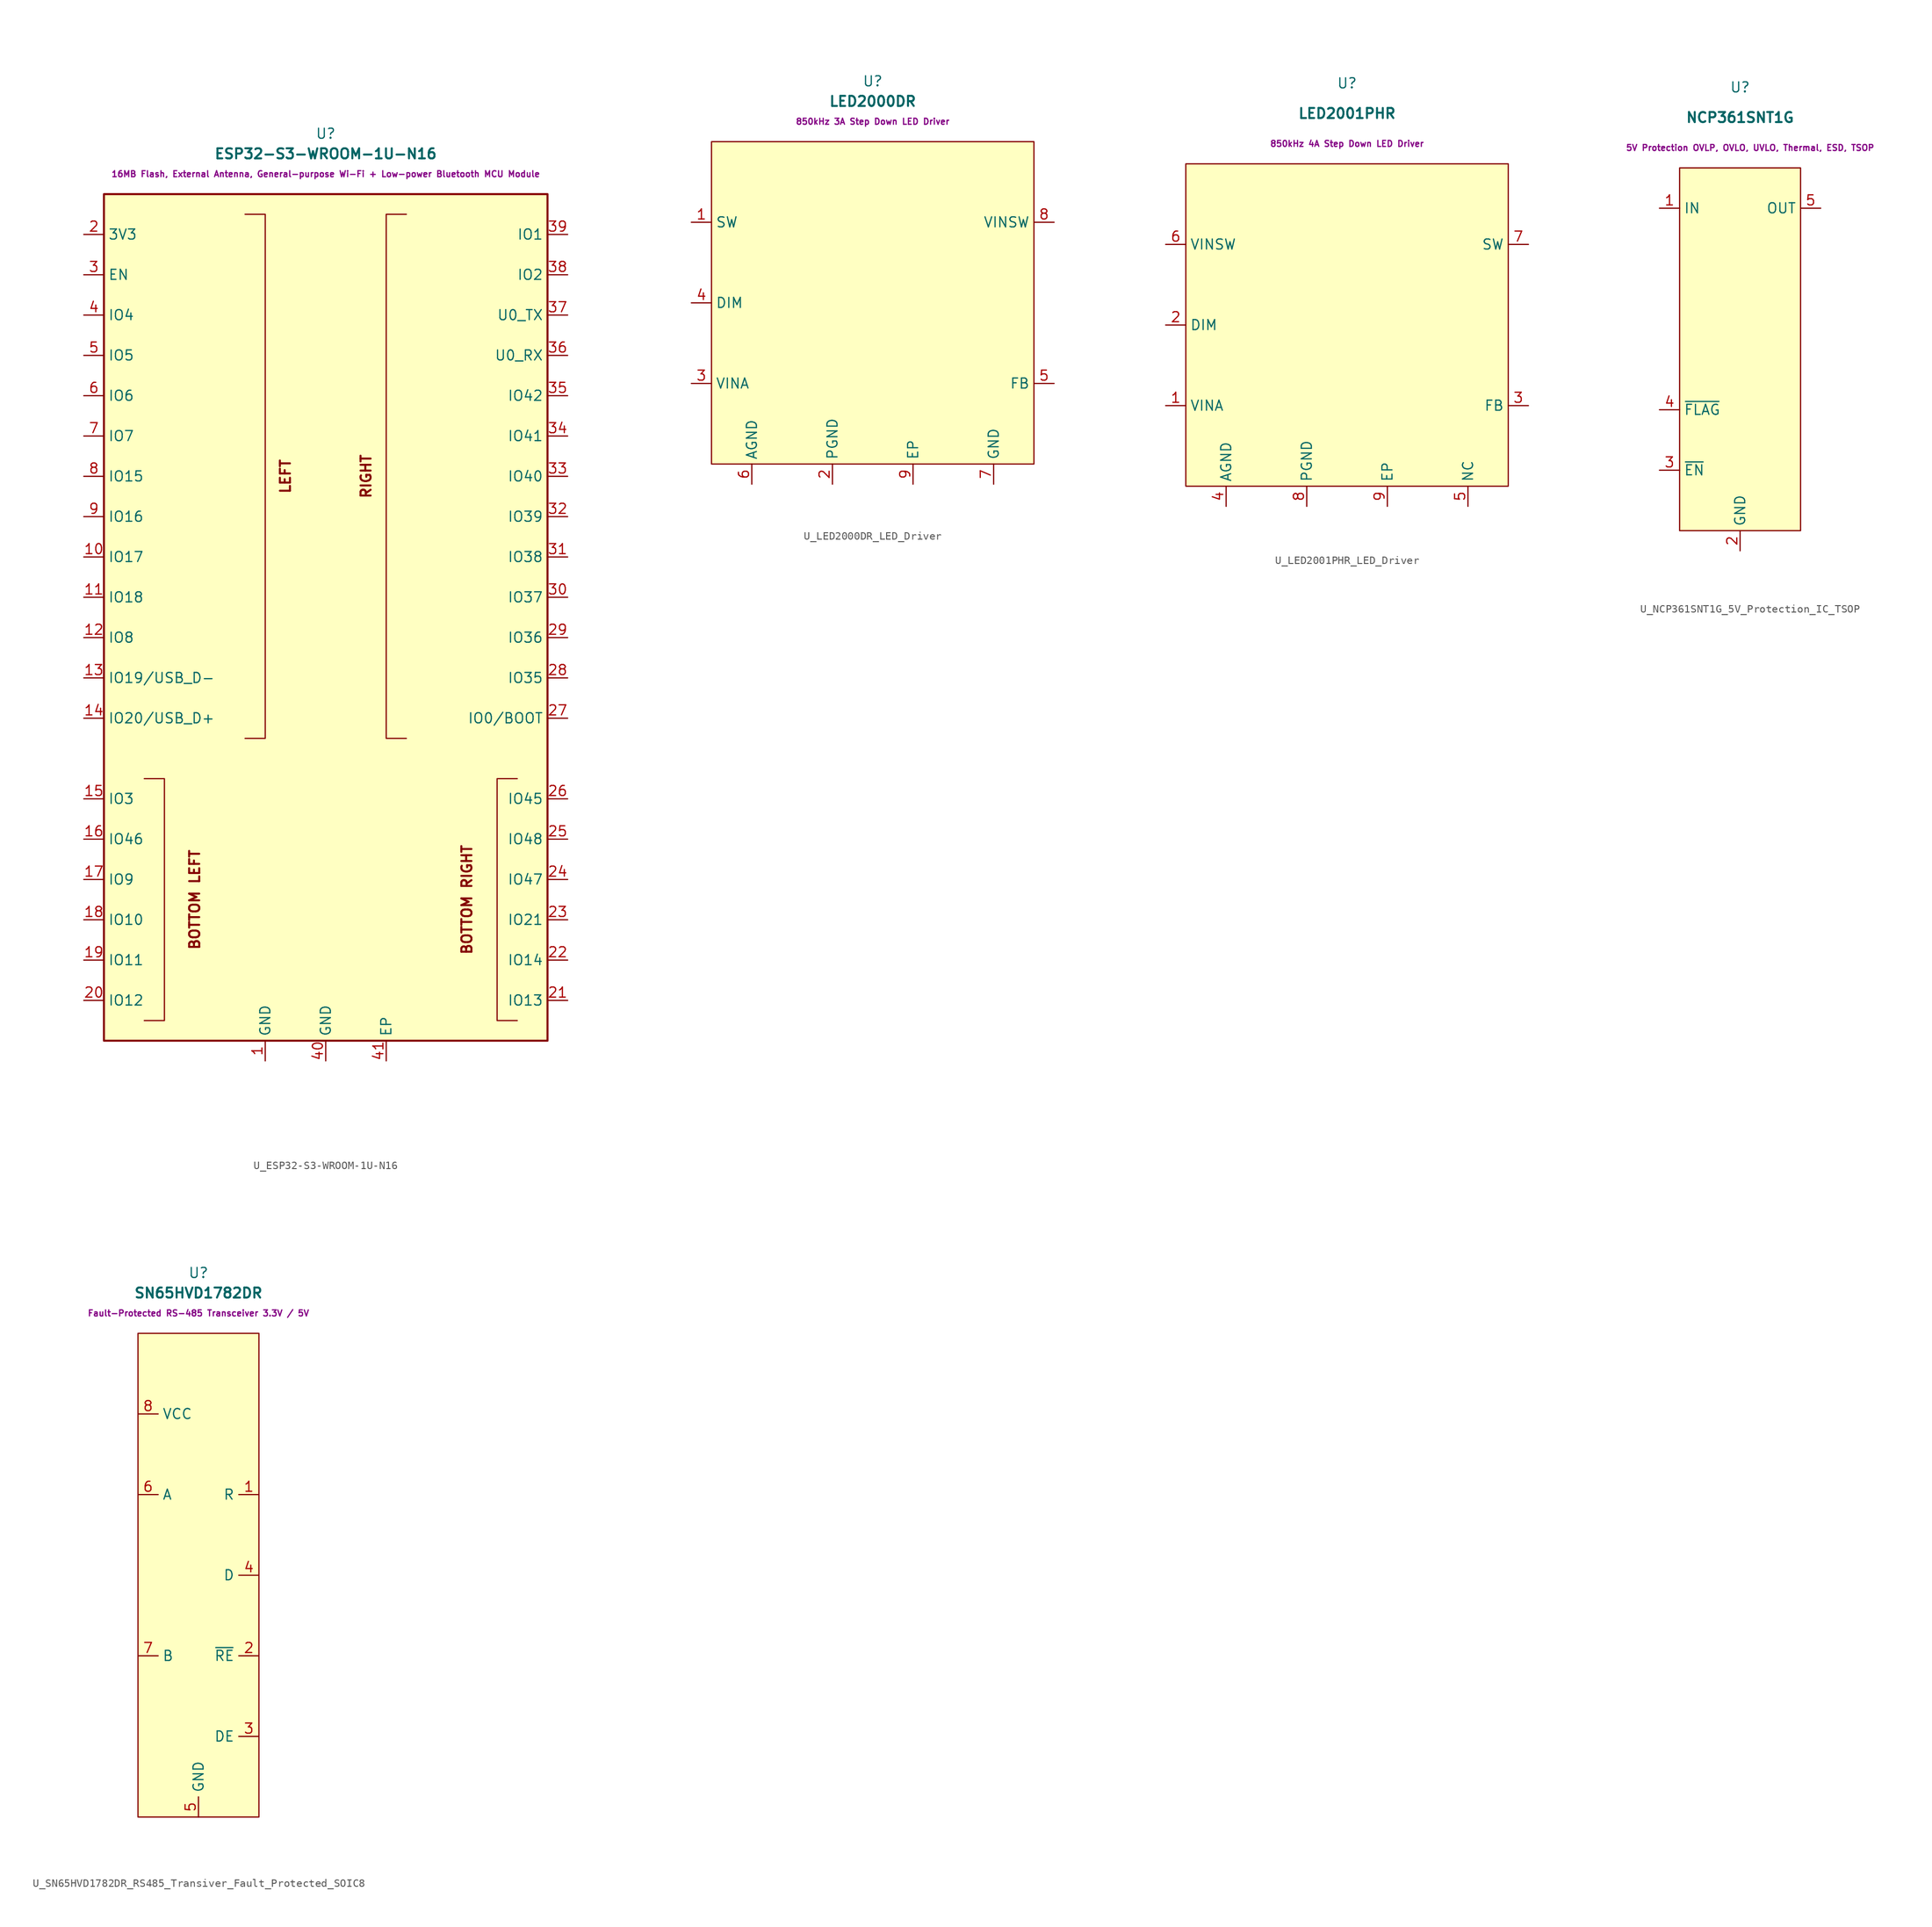
<source format=kicad_sym>
(kicad_symbol_lib
  (version 20231120)
  (generator "kicad_symbol_editor")
  (generator_version "8.0")
  (symbol "U_ESP32-S3-WROOM-1U-N16"
    (property "Reference" "U"
      (at 0 60.96 0)
      (effects (font (size 1.27 1.27))))
    (property "Value" "ESP32-S3-WROOM-1U-N16"
      (at 0 58.42 0)
      (effects (font (size 1.27 1.27) (bold yes))))
    (property "Extra Values" "16MB Flash, External Antenna, General-purpose Wi-Fi + Low-power Bluetooth MCU Module"
      (at 0 55.88 0)
      (effects (font (size 0.762 0.762) (bold yes))))
    (symbol "U_ESP32-S3-WROOM-1U-N16_0_0"
      (rectangle (start -27.94 53.34) (end 27.94 -53.34) (stroke (width 0.254) (type default)) (fill (type background))))
    (symbol "U_ESP32-S3-WROOM-1U-N16_0_1"
      (polyline (pts (xy -22.86 -50.8) (xy -20.32 -50.8) (xy -20.32 -20.32) (xy -22.86 -20.32)) (stroke (width 0) (type default)) (fill (type none)))
      (polyline (pts (xy -10.16 -15.24) (xy -7.62 -15.24) (xy -7.62 50.8) (xy -10.16 50.8)) (stroke (width 0) (type default)) (fill (type none)))
      (polyline (pts (xy 10.16 50.8) (xy 7.62 50.8) (xy 7.62 -15.24) (xy 10.16 -15.24)) (stroke (width 0) (type default)) (fill (type none)))
      (polyline (pts (xy 24.13 -20.32) (xy 21.59 -20.32) (xy 21.59 -50.8) (xy 24.13 -50.8)) (stroke (width 0) (type default)) (fill (type none))))
    (symbol "U_ESP32-S3-WROOM-1U-N16_1_1"
      (text "BOTTOM LEFT" (at -16.51 -35.56 900) (effects (font (size 1.27 1.27) (bold yes))))
      (text "BOTTOM RIGHT" (at 17.78 -35.56 900) (effects (font (size 1.27 1.27) (bold yes))))
      (text "LEFT" (at -5.08 17.78 900) (effects (font (size 1.27 1.27) (bold yes))))
      (text "RIGHT" (at 5.08 17.78 900) (effects (font (size 1.27 1.27) (bold yes))))
      (pin power_in line (at -7.62 -55.88 90) (length 2.54) (name "GND" (effects (font (size 1.27 1.27)))) (number "1" (effects (font (size 1.27 1.27)))))
      (pin bidirectional line (at -30.48 7.62 0) (length 2.54) (name "IO17" (effects (font (size 1.27 1.27)))) (number "10" (effects (font (size 1.27 1.27)))))
      (pin bidirectional line (at -30.48 2.54 0) (length 2.54) (name "IO18" (effects (font (size 1.27 1.27)))) (number "11" (effects (font (size 1.27 1.27)))))
      (pin bidirectional line (at -30.48 -2.54 0) (length 2.54) (name "IO8" (effects (font (size 1.27 1.27)))) (number "12" (effects (font (size 1.27 1.27)))))
      (pin bidirectional line (at -30.48 -7.62 0) (length 2.54) (name "IO19/USB_D-" (effects (font (size 1.27 1.27)))) (number "13" (effects (font (size 1.27 1.27)))))
      (pin bidirectional line (at -30.48 -12.7 0) (length 2.54) (name "IO20/USB_D+" (effects (font (size 1.27 1.27)))) (number "14" (effects (font (size 1.27 1.27)))))
      (pin bidirectional line (at -30.48 -22.86 0) (length 2.54) (name "IO3" (effects (font (size 1.27 1.27)))) (number "15" (effects (font (size 1.27 1.27)))))
      (pin bidirectional line (at -30.48 -27.94 0) (length 2.54) (name "IO46" (effects (font (size 1.27 1.27)))) (number "16" (effects (font (size 1.27 1.27)))))
      (pin bidirectional line (at -30.48 -33.02 0) (length 2.54) (name "IO9" (effects (font (size 1.27 1.27)))) (number "17" (effects (font (size 1.27 1.27)))))
      (pin bidirectional line (at -30.48 -38.1 0) (length 2.54) (name "IO10" (effects (font (size 1.27 1.27)))) (number "18" (effects (font (size 1.27 1.27)))))
      (pin bidirectional line (at -30.48 -43.18 0) (length 2.54) (name "IO11" (effects (font (size 1.27 1.27)))) (number "19" (effects (font (size 1.27 1.27)))))
      (pin power_in line (at -30.48 48.26 0) (length 2.54) (name "3V3" (effects (font (size 1.27 1.27)))) (number "2" (effects (font (size 1.27 1.27)))))
      (pin bidirectional line (at -30.48 -48.26 0) (length 2.54) (name "IO12" (effects (font (size 1.27 1.27)))) (number "20" (effects (font (size 1.27 1.27)))))
      (pin bidirectional line (at 30.48 -48.26 180) (length 2.54) (name "IO13" (effects (font (size 1.27 1.27)))) (number "21" (effects (font (size 1.27 1.27)))))
      (pin bidirectional line (at 30.48 -43.18 180) (length 2.54) (name "IO14" (effects (font (size 1.27 1.27)))) (number "22" (effects (font (size 1.27 1.27)))))
      (pin bidirectional line (at 30.48 -38.1 180) (length 2.54) (name "IO21" (effects (font (size 1.27 1.27)))) (number "23" (effects (font (size 1.27 1.27)))))
      (pin bidirectional line (at 30.48 -33.02 180) (length 2.54) (name "IO47" (effects (font (size 1.27 1.27)))) (number "24" (effects (font (size 1.27 1.27)))))
      (pin bidirectional line (at 30.48 -27.94 180) (length 2.54) (name "IO48" (effects (font (size 1.27 1.27)))) (number "25" (effects (font (size 1.27 1.27)))))
      (pin bidirectional line (at 30.48 -22.86 180) (length 2.54) (name "IO45" (effects (font (size 1.27 1.27)))) (number "26" (effects (font (size 1.27 1.27)))))
      (pin bidirectional line (at 30.48 -12.7 180) (length 2.54) (name "IO0/BOOT" (effects (font (size 1.27 1.27)))) (number "27" (effects (font (size 1.27 1.27)))))
      (pin bidirectional line (at 30.48 -7.62 180) (length 2.54) (name "IO35" (effects (font (size 1.27 1.27)))) (number "28" (effects (font (size 1.27 1.27)))))
      (pin bidirectional line (at 30.48 -2.54 180) (length 2.54) (name "IO36" (effects (font (size 1.27 1.27)))) (number "29" (effects (font (size 1.27 1.27)))))
      (pin input line (at -30.48 43.18 0) (length 2.54) (name "EN" (effects (font (size 1.27 1.27)))) (number "3" (effects (font (size 1.27 1.27)))))
      (pin bidirectional line (at 30.48 2.54 180) (length 2.54) (name "IO37" (effects (font (size 1.27 1.27)))) (number "30" (effects (font (size 1.27 1.27)))))
      (pin bidirectional line (at 30.48 7.62 180) (length 2.54) (name "IO38" (effects (font (size 1.27 1.27)))) (number "31" (effects (font (size 1.27 1.27)))))
      (pin bidirectional line (at 30.48 12.7 180) (length 2.54) (name "IO39" (effects (font (size 1.27 1.27)))) (number "32" (effects (font (size 1.27 1.27)))))
      (pin bidirectional line (at 30.48 17.78 180) (length 2.54) (name "IO40" (effects (font (size 1.27 1.27)))) (number "33" (effects (font (size 1.27 1.27)))))
      (pin bidirectional line (at 30.48 22.86 180) (length 2.54) (name "IO41" (effects (font (size 1.27 1.27)))) (number "34" (effects (font (size 1.27 1.27)))))
      (pin bidirectional line (at 30.48 27.94 180) (length 2.54) (name "IO42" (effects (font (size 1.27 1.27)))) (number "35" (effects (font (size 1.27 1.27)))))
      (pin bidirectional line (at 30.48 33.02 180) (length 2.54) (name "U0_RX" (effects (font (size 1.27 1.27)))) (number "36" (effects (font (size 1.27 1.27)))))
      (pin bidirectional line (at 30.48 38.1 180) (length 2.54) (name "U0_TX" (effects (font (size 1.27 1.27)))) (number "37" (effects (font (size 1.27 1.27)))))
      (pin bidirectional line (at 30.48 43.18 180) (length 2.54) (name "IO2" (effects (font (size 1.27 1.27)))) (number "38" (effects (font (size 1.27 1.27)))))
      (pin bidirectional line (at 30.48 48.26 180) (length 2.54) (name "IO1" (effects (font (size 1.27 1.27)))) (number "39" (effects (font (size 1.27 1.27)))))
      (pin bidirectional line (at -30.48 38.1 0) (length 2.54) (name "IO4" (effects (font (size 1.27 1.27)))) (number "4" (effects (font (size 1.27 1.27)))))
      (pin power_in line (at 0 -55.88 90) (length 2.54) (name "GND" (effects (font (size 1.27 1.27)))) (number "40" (effects (font (size 1.27 1.27)))))
      (pin power_in line (at 7.62 -55.88 90) (length 2.54) (name "EP" (effects (font (size 1.27 1.27)))) (number "41" (effects (font (size 1.27 1.27)))))
      (pin bidirectional line (at -30.48 33.02 0) (length 2.54) (name "IO5" (effects (font (size 1.27 1.27)))) (number "5" (effects (font (size 1.27 1.27)))))
      (pin bidirectional line (at -30.48 27.94 0) (length 2.54) (name "IO6" (effects (font (size 1.27 1.27)))) (number "6" (effects (font (size 1.27 1.27)))))
      (pin bidirectional line (at -30.48 22.86 0) (length 2.54) (name "IO7" (effects (font (size 1.27 1.27)))) (number "7" (effects (font (size 1.27 1.27)))))
      (pin bidirectional line (at -30.48 17.78 0) (length 2.54) (name "IO15" (effects (font (size 1.27 1.27)))) (number "8" (effects (font (size 1.27 1.27)))))
      (pin bidirectional line (at -30.48 12.7 0) (length 2.54) (name "IO16" (effects (font (size 1.27 1.27)))) (number "9" (effects (font (size 1.27 1.27)))))))
  (symbol "U_LED2000DR_LED_Driver"
    (property "Reference" "U"
      (at 0 27.94 0)
      (effects (font (size 1.27 1.27))))
    (property "Value" "LED2000DR"
      (at 0 25.4 0)
      (effects (font (size 1.27 1.27) (bold yes))))
    (property "Extra Values" "850kHz 3A Step Down LED Driver"
      (at 0 22.86 0)
      (effects (font (size 0.762 0.762) (bold yes))))
    (symbol "U_LED2000DR_LED_Driver_1_1"
      (rectangle (start -20.32 20.32) (end 20.32 -20.32) (stroke (width 0) (type default)) (fill (type background)))
      (pin power_in line (at -22.86 10.16 0) (length 2.54) (name "SW" (effects (font (size 1.27 1.27)))) (number "1" (effects (font (size 1.27 1.27)))))
      (pin power_in line (at -5.08 -22.86 90) (length 2.54) (name "PGND" (effects (font (size 1.27 1.27)))) (number "2" (effects (font (size 1.27 1.27)))))
      (pin power_in line (at -22.86 -10.16 0) (length 2.54) (name "VINA" (effects (font (size 1.27 1.27)))) (number "3" (effects (font (size 1.27 1.27)))))
      (pin input line (at -22.86 0 0) (length 2.54) (name "DIM" (effects (font (size 1.27 1.27)))) (number "4" (effects (font (size 1.27 1.27)))))
      (pin input line (at 22.86 -10.16 180) (length 2.54) (name "FB" (effects (font (size 1.27 1.27)))) (number "5" (effects (font (size 1.27 1.27)))))
      (pin power_in line (at -15.24 -22.86 90) (length 2.54) (name "AGND" (effects (font (size 1.27 1.27)))) (number "6" (effects (font (size 1.27 1.27)))))
      (pin passive line (at 15.24 -22.86 90) (length 2.54) (name "GND" (effects (font (size 1.27 1.27)))) (number "7" (effects (font (size 1.27 1.27)))))
      (pin power_out line (at 22.86 10.16 180) (length 2.54) (name "VINSW" (effects (font (size 1.27 1.27)))) (number "8" (effects (font (size 1.27 1.27)))))
      (pin passive line (at 5.08 -22.86 90) (length 2.54) (name "EP" (effects (font (size 1.27 1.27)))) (number "9" (effects (font (size 1.27 1.27)))))))
  (symbol "U_LED2001PHR_LED_Driver"
    (property "Reference" "U"
      (at 0 30.48 0)
      (effects (font (size 1.27 1.27))))
    (property "Value" "LED2001PHR"
      (at 0 26.67 0)
      (effects (font (size 1.27 1.27) (bold yes))))
    (property "Extra Values" "850kHz 4A Step Down LED Driver"
      (at 0 22.86 0)
      (effects (font (size 0.762 0.762) (bold yes))))
    (symbol "U_LED2001PHR_LED_Driver_1_1"
      (rectangle (start -20.32 20.32) (end 20.32 -20.32) (stroke (width 0) (type default)) (fill (type background)))
      (pin power_in line (at -22.86 -10.16 0) (length 2.54) (name "VINA" (effects (font (size 1.27 1.27)))) (number "1" (effects (font (size 1.27 1.27)))))
      (pin input line (at -22.86 0 0) (length 2.54) (name "DIM" (effects (font (size 1.27 1.27)))) (number "2" (effects (font (size 1.27 1.27)))))
      (pin input line (at 22.86 -10.16 180) (length 2.54) (name "FB" (effects (font (size 1.27 1.27)))) (number "3" (effects (font (size 1.27 1.27)))))
      (pin power_in line (at -15.24 -22.86 90) (length 2.54) (name "AGND" (effects (font (size 1.27 1.27)))) (number "4" (effects (font (size 1.27 1.27)))))
      (pin passive line (at 15.24 -22.86 90) (length 2.54) (name "NC" (effects (font (size 1.27 1.27)))) (number "5" (effects (font (size 1.27 1.27)))))
      (pin power_in line (at -22.86 10.16 0) (length 2.54) (name "VINSW" (effects (font (size 1.27 1.27)))) (number "6" (effects (font (size 1.27 1.27)))))
      (pin power_out line (at 22.86 10.16 180) (length 2.54) (name "SW" (effects (font (size 1.27 1.27)))) (number "7" (effects (font (size 1.27 1.27)))))
      (pin power_in line (at -5.08 -22.86 90) (length 2.54) (name "PGND" (effects (font (size 1.27 1.27)))) (number "8" (effects (font (size 1.27 1.27)))))
      (pin passive line (at 5.08 -22.86 90) (length 2.54) (name "EP" (effects (font (size 1.27 1.27)))) (number "9" (effects (font (size 1.27 1.27)))))))
  (symbol "U_NCP361SNT1G_5V_Protection_IC_TSOP"
    (property "Reference" "U"
      (at 0 33.02 0)
      (effects (font (size 1.27 1.27))))
    (property "Value" "NCP361SNT1G"
      (at 0 29.21 0)
      (effects (font (size 1.27 1.27) (bold yes))))
    (property "Extra Values" "5V Protection OVLP, OVLO, UVLO, Thermal, ESD, TSOP"
      (at 1.27 25.4 0)
      (effects (font (size 0.762 0.762) (bold yes))))
    (symbol "U_NCP361SNT1G_5V_Protection_IC_TSOP_0_1"
      (rectangle (start -7.62 22.86) (end 7.62 -22.86) (stroke (width 0) (type default)) (fill (type background))))
    (symbol "U_NCP361SNT1G_5V_Protection_IC_TSOP_1_1"
      (pin power_in line (at -10.16 17.78 0) (length 2.54) (name "IN" (effects (font (size 1.27 1.27)))) (number "1" (effects (font (size 1.27 1.27)))))
      (pin power_in line (at 0 -25.4 90) (length 2.54) (name "GND" (effects (font (size 1.27 1.27)))) (number "2" (effects (font (size 1.27 1.27)))))
      (pin input line (at -10.16 -15.24 0) (length 2.54) (name "~{EN}" (effects (font (size 1.27 1.27)))) (number "3" (effects (font (size 1.27 1.27)))))
      (pin input line (at -10.16 -7.62 0) (length 2.54) (name "~{FLAG}" (effects (font (size 1.27 1.27)))) (number "4" (effects (font (size 1.27 1.27)))))
      (pin power_out line (at 10.16 17.78 180) (length 2.54) (name "OUT" (effects (font (size 1.27 1.27)))) (number "5" (effects (font (size 1.27 1.27)))))))
  (symbol "U_SN65HVD1782DR_RS485_Transiver_Fault_Protected_SOIC8"
    (property "Reference" "U"
      (at 0 38.1 0)
      (effects (font (size 1.27 1.27))))
    (property "Value" "SN65HVD1782DR"
      (at 0 35.56 0)
      (effects (font (size 1.27 1.27) (bold yes))))
    (property "Extra Values" "Fault-Protected RS-485 Transceiver 3.3V / 5V"
      (at 0 33.02 0)
      (effects (font (size 0.762 0.762) (bold yes))))
    (symbol "U_SN65HVD1782DR_RS485_Transiver_Fault_Protected_SOIC8_0_1"
      (rectangle (start -7.62 30.48) (end 7.62 -30.48) (stroke (width 0) (type default)) (fill (type background))))
    (symbol "U_SN65HVD1782DR_RS485_Transiver_Fault_Protected_SOIC8_1_1"
      (pin output line (at 7.62 10.16 180) (length 2.54) (name "R" (effects (font (size 1.27 1.27)))) (number "1" (effects (font (size 1.27 1.27)))))
      (pin input line (at 7.62 -10.16 180) (length 2.54) (name "~{RE}" (effects (font (size 1.27 1.27)))) (number "2" (effects (font (size 1.27 1.27)))))
      (pin input line (at 7.62 -20.32 180) (length 2.54) (name "DE" (effects (font (size 1.27 1.27)))) (number "3" (effects (font (size 1.27 1.27)))))
      (pin input line (at 7.62 0 180) (length 2.54) (name "D" (effects (font (size 1.27 1.27)))) (number "4" (effects (font (size 1.27 1.27)))))
      (pin power_in line (at 0 -30.48 90) (length 2.54) (name "GND" (effects (font (size 1.27 1.27)))) (number "5" (effects (font (size 1.27 1.27)))))
      (pin bidirectional line (at -7.62 10.16 0) (length 2.54) (name "A" (effects (font (size 1.27 1.27)))) (number "6" (effects (font (size 1.27 1.27)))))
      (pin bidirectional line (at -7.62 -10.16 0) (length 2.54) (name "B" (effects (font (size 1.27 1.27)))) (number "7" (effects (font (size 1.27 1.27)))))
      (pin power_in line (at -7.62 20.32 0) (length 2.54) (name "VCC" (effects (font (size 1.27 1.27)))) (number "8" (effects (font (size 1.27 1.27))))))))
</source>
